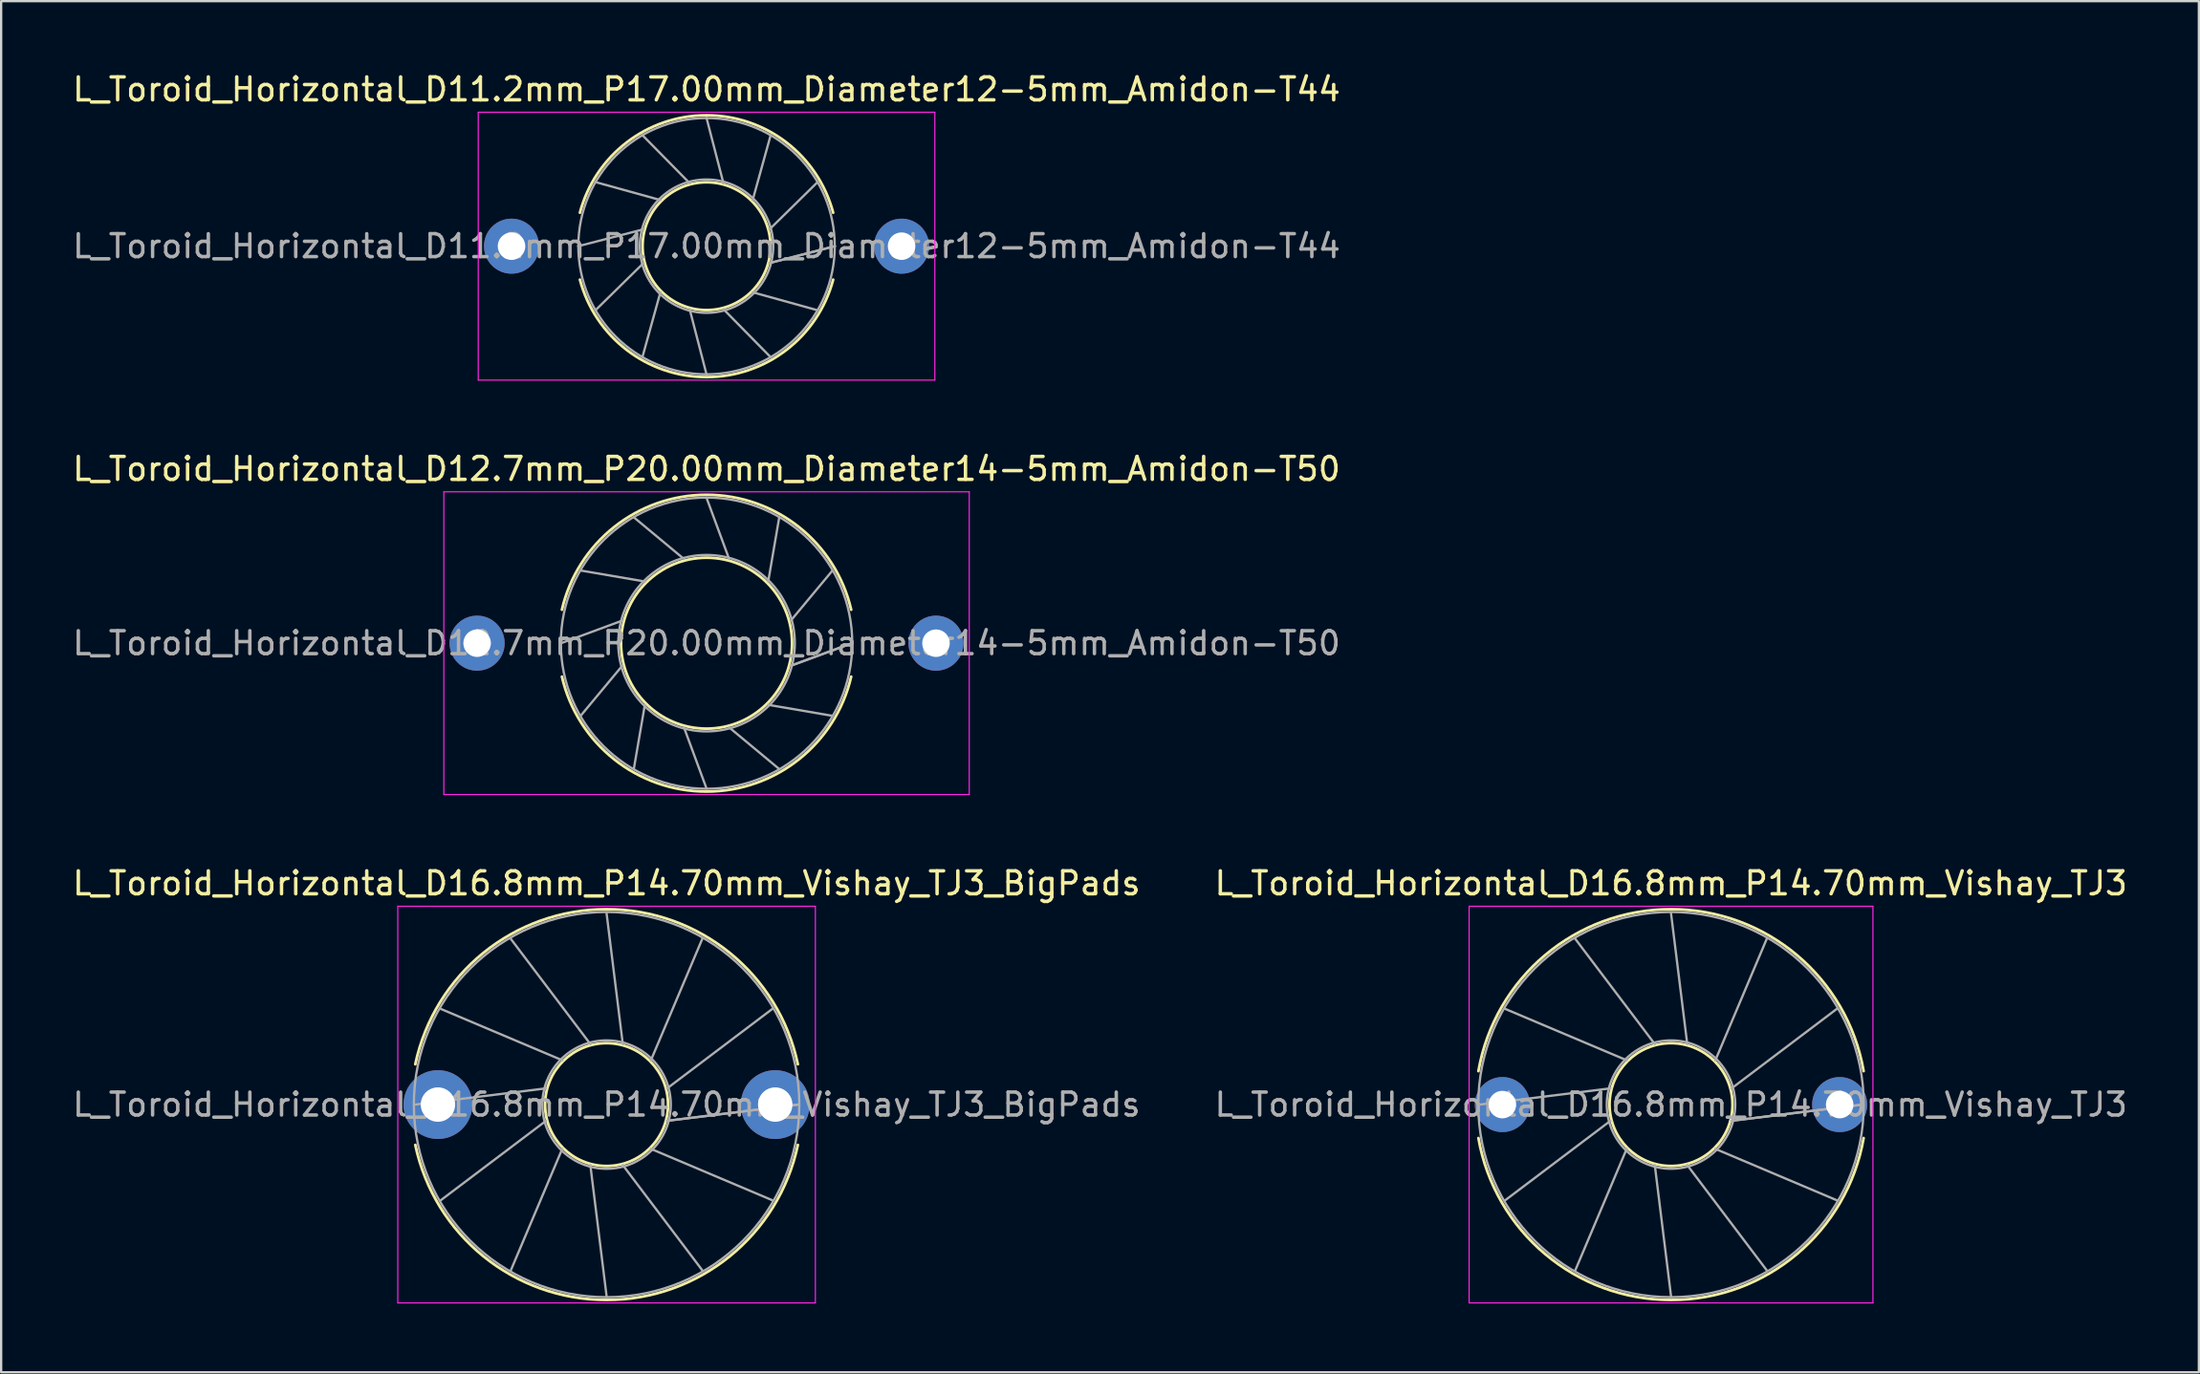
<source format=kicad_pcb>
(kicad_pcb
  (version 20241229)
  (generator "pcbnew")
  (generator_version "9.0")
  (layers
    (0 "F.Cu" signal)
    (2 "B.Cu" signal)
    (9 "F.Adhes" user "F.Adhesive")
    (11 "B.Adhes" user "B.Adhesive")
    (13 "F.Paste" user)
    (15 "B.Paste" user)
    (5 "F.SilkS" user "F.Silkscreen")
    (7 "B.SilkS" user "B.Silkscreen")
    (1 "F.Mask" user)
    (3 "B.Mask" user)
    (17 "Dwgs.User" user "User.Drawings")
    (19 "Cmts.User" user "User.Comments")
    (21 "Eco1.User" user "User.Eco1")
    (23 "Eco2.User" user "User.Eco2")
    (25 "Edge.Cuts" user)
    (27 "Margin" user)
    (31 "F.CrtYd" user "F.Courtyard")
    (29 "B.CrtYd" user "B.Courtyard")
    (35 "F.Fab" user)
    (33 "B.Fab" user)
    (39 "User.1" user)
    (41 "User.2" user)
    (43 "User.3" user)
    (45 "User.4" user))
  (footprint "L_Toroid_Horizontal_D16.8mm_P14.70mm_Vishay_TJ3"
    (layer "F.Cu")
    (at 62.43 45.123)
    (property "Reference" "L_Toroid_Horizontal_D16.8mm_P14.70mm_Vishay_TJ3" (at 7.35 -9.65 0) (layer "F.SilkS") (effects (font (size 1 1) (thickness 0.15))))
    (attr through_hole)
    (fp_arc (start -1.043974 -1.46) (mid 7.35 -8.52) (end 15.743974 -1.46) (stroke (width 0.12) (type solid)) (layer "F.SilkS"))
    (fp_arc (start 15.743974 1.46) (mid 7.35 8.52) (end -1.043974 1.46) (stroke (width 0.12) (type solid)) (layer "F.SilkS"))
    (fp_circle (center 7.35 0) (end 10.03 0) (stroke (width 0.12) (type solid)) (fill no) (layer "F.SilkS"))
    (fp_line (start -1.45 -8.65) (end -1.45 8.65) (stroke (width 0.05) (type solid)) (layer "F.CrtYd"))
    (fp_line (start -1.45 8.65) (end 16.15 8.65) (stroke (width 0.05) (type solid)) (layer "F.CrtYd"))
    (fp_line (start 16.15 -8.65) (end -1.45 -8.65) (stroke (width 0.05) (type solid)) (layer "F.CrtYd"))
    (fp_line (start 16.15 8.65) (end 16.15 -8.65) (stroke (width 0.05) (type solid)) (layer "F.CrtYd"))
    (fp_line (start -1 0.001) (end 4.709 -0.707) (stroke (width 0.1) (type solid)) (layer "F.Fab"))
    (fp_line (start 0.119 -4.174) (end 5.417 -1.933) (stroke (width 0.1) (type solid)) (layer "F.Fab"))
    (fp_line (start 0.119 4.175) (end 4.71 0.708) (stroke (width 0.1) (type solid)) (layer "F.Fab"))
    (fp_line (start 3.174 -7.23) (end 6.642 -2.64) (stroke (width 0.1) (type solid)) (layer "F.Fab"))
    (fp_line (start 3.176 7.231) (end 5.417 1.933) (stroke (width 0.1) (type solid)) (layer "F.Fab"))
    (fp_line (start 7.349 -8.35) (end 8.057 -2.641) (stroke (width 0.1) (type solid)) (layer "F.Fab"))
    (fp_line (start 7.35 8.35) (end 6.643 2.64) (stroke (width 0.1) (type solid)) (layer "F.Fab"))
    (fp_line (start 11.524 -7.232) (end 9.283 -1.933) (stroke (width 0.1) (type solid)) (layer "F.Fab"))
    (fp_line (start 11.525 7.231) (end 8.058 2.64) (stroke (width 0.1) (type solid)) (layer "F.Fab"))
    (fp_line (start 14.58 -4.176) (end 9.99 -0.708) (stroke (width 0.1) (type solid)) (layer "F.Fab"))
    (fp_line (start 14.581 4.175) (end 9.283 1.933) (stroke (width 0.1) (type solid)) (layer "F.Fab"))
    (fp_line (start 15.7 -0.002) (end 9.991 0.707) (stroke (width 0.1) (type solid)) (layer "F.Fab"))
    (fp_line (start 15.7 0) (end 9.99 0.707) (stroke (width 0.1) (type solid)) (layer "F.Fab"))
    (fp_circle (center 7.35 0) (end 10.15 0) (stroke (width 0.1) (type solid)) (fill no) (layer "F.Fab"))
    (fp_circle (center 7.35 0) (end 15.75 0) (stroke (width 0.1) (type solid)) (fill no) (layer "F.Fab"))
    (fp_text user "${REFERENCE}" (at 7.35 0 0) (layer "F.Fab") (effects (font (size 1 1) (thickness 0.15))))
    (pad "1" thru_hole circle (at 0 0) (size 2.4 2.4) (drill 1.2) (layers "*.Cu" "*.Mask"))
    (pad "2" thru_hole circle (at 14.7 0) (size 2.4 2.4) (drill 1.2) (layers "*.Cu" "*.Mask")))
  (footprint "L_Toroid_Horizontal_D16.8mm_P14.70mm_Vishay_TJ3_BigPads"
    (layer "F.Cu")
    (at 16.037 45.123)
    (property "Reference" "L_Toroid_Horizontal_D16.8mm_P14.70mm_Vishay_TJ3_BigPads" (at 7.35 -9.65 0) (layer "F.SilkS") (effects (font (size 1 1) (thickness 0.15))))
    (attr through_hole)
    (fp_arc (start -0.986234 -1.76) (mid 7.35 -8.52) (end 15.686234 -1.76) (stroke (width 0.12) (type solid)) (layer "F.SilkS"))
    (fp_arc (start 15.686234 1.76) (mid 7.35 8.52) (end -0.986234 1.76) (stroke (width 0.12) (type solid)) (layer "F.SilkS"))
    (fp_circle (center 7.35 0) (end 10.03 0) (stroke (width 0.12) (type solid)) (fill no) (layer "F.SilkS"))
    (fp_line (start -1.75 -8.65) (end -1.75 8.65) (stroke (width 0.05) (type solid)) (layer "F.CrtYd"))
    (fp_line (start -1.75 8.65) (end 16.45 8.65) (stroke (width 0.05) (type solid)) (layer "F.CrtYd"))
    (fp_line (start 16.45 -8.65) (end -1.75 -8.65) (stroke (width 0.05) (type solid)) (layer "F.CrtYd"))
    (fp_line (start 16.45 8.65) (end 16.45 -8.65) (stroke (width 0.05) (type solid)) (layer "F.CrtYd"))
    (fp_line (start -1 0.001) (end 4.709 -0.707) (stroke (width 0.1) (type solid)) (layer "F.Fab"))
    (fp_line (start 0.119 -4.174) (end 5.417 -1.933) (stroke (width 0.1) (type solid)) (layer "F.Fab"))
    (fp_line (start 0.119 4.175) (end 4.71 0.708) (stroke (width 0.1) (type solid)) (layer "F.Fab"))
    (fp_line (start 3.174 -7.23) (end 6.642 -2.64) (stroke (width 0.1) (type solid)) (layer "F.Fab"))
    (fp_line (start 3.176 7.231) (end 5.417 1.933) (stroke (width 0.1) (type solid)) (layer "F.Fab"))
    (fp_line (start 7.349 -8.35) (end 8.057 -2.641) (stroke (width 0.1) (type solid)) (layer "F.Fab"))
    (fp_line (start 7.35 8.35) (end 6.643 2.64) (stroke (width 0.1) (type solid)) (layer "F.Fab"))
    (fp_line (start 11.524 -7.232) (end 9.283 -1.933) (stroke (width 0.1) (type solid)) (layer "F.Fab"))
    (fp_line (start 11.525 7.231) (end 8.058 2.64) (stroke (width 0.1) (type solid)) (layer "F.Fab"))
    (fp_line (start 14.58 -4.176) (end 9.99 -0.708) (stroke (width 0.1) (type solid)) (layer "F.Fab"))
    (fp_line (start 14.581 4.175) (end 9.283 1.933) (stroke (width 0.1) (type solid)) (layer "F.Fab"))
    (fp_line (start 15.7 -0.002) (end 9.991 0.707) (stroke (width 0.1) (type solid)) (layer "F.Fab"))
    (fp_line (start 15.7 0) (end 9.99 0.707) (stroke (width 0.1) (type solid)) (layer "F.Fab"))
    (fp_circle (center 7.35 0) (end 10.15 0) (stroke (width 0.1) (type solid)) (fill no) (layer "F.Fab"))
    (fp_circle (center 7.35 0) (end 15.75 0) (stroke (width 0.1) (type solid)) (fill no) (layer "F.Fab"))
    (fp_text user "${REFERENCE}" (at 7.35 0 0) (layer "F.Fab") (effects (font (size 1 1) (thickness 0.15))))
    (pad "1" thru_hole circle (at 0 0) (size 3 3) (drill 1.5) (layers "*.Cu" "*.Mask"))
    (pad "2" thru_hole circle (at 14.7 0) (size 3 3) (drill 1.5) (layers "*.Cu" "*.Mask")))
  (footprint "L_Toroid_Horizontal_D11.2mm_P17.00mm_Diameter12-5mm_Amidon-T44"
    (layer "F.Cu")
    (at 19.244 7.686)
    (property "Reference" "L_Toroid_Horizontal_D11.2mm_P17.00mm_Diameter12-5mm_Amidon-T44" (at 8.5 -6.838 0) (layer "F.SilkS") (effects (font (size 1 1) (thickness 0.15))))
    (attr through_hole)
    (fp_arc (start 2.981879 -1.46) (mid 8.5 -5.708) (end 14.018121 -1.46) (stroke (width 0.12) (type solid)) (layer "F.SilkS"))
    (fp_arc (start 14.018121 1.46) (mid 8.5 5.708) (end 2.981879 1.46) (stroke (width 0.12) (type solid)) (layer "F.SilkS"))
    (fp_circle (center 8.5 0) (end 11.288 0) (stroke (width 0.12) (type solid)) (fill no) (layer "F.SilkS"))
    (fp_line (start -1.45 -5.84) (end -1.45 5.84) (stroke (width 0.05) (type solid)) (layer "F.CrtYd"))
    (fp_line (start -1.45 5.84) (end 18.45 5.84) (stroke (width 0.05) (type solid)) (layer "F.CrtYd"))
    (fp_line (start 18.45 -5.84) (end -1.45 -5.84) (stroke (width 0.05) (type solid)) (layer "F.CrtYd"))
    (fp_line (start 18.45 5.84) (end 18.45 -5.84) (stroke (width 0.05) (type solid)) (layer "F.CrtYd"))
    (fp_line (start 2.906 0.001) (end 5.753 -0.736) (stroke (width 0.1) (type solid)) (layer "F.Fab"))
    (fp_line (start 3.655 -2.796) (end 6.489 -2.011) (stroke (width 0.1) (type solid)) (layer "F.Fab"))
    (fp_line (start 3.656 2.797) (end 5.753 0.736) (stroke (width 0.1) (type solid)) (layer "F.Fab"))
    (fp_line (start 5.702 -4.844) (end 7.764 -2.747) (stroke (width 0.1) (type solid)) (layer "F.Fab"))
    (fp_line (start 5.703 4.845) (end 6.489 2.011) (stroke (width 0.1) (type solid)) (layer "F.Fab"))
    (fp_line (start 8.499 -5.594) (end 9.236 -2.747) (stroke (width 0.1) (type solid)) (layer "F.Fab"))
    (fp_line (start 8.5 5.594) (end 7.764 2.747) (stroke (width 0.1) (type solid)) (layer "F.Fab"))
    (fp_line (start 11.296 -4.845) (end 10.511 -2.011) (stroke (width 0.1) (type solid)) (layer "F.Fab"))
    (fp_line (start 11.297 4.844) (end 9.236 2.747) (stroke (width 0.1) (type solid)) (layer "F.Fab"))
    (fp_line (start 13.344 -2.798) (end 11.247 -0.737) (stroke (width 0.1) (type solid)) (layer "F.Fab"))
    (fp_line (start 13.344 2.797) (end 10.511 2.011) (stroke (width 0.1) (type solid)) (layer "F.Fab"))
    (fp_line (start 14.094 -0.001) (end 11.247 0.736) (stroke (width 0.1) (type solid)) (layer "F.Fab"))
    (fp_line (start 14.094 0) (end 11.247 0.736) (stroke (width 0.1) (type solid)) (layer "F.Fab"))
    (fp_circle (center 8.5 0) (end 11.408 0) (stroke (width 0.1) (type solid)) (fill no) (layer "F.Fab"))
    (fp_circle (center 8.5 0) (end 14.088 0) (stroke (width 0.1) (type solid)) (fill no) (layer "F.Fab"))
    (fp_text user "${REFERENCE}" (at 8.5 0 0) (layer "F.Fab") (effects (font (size 1 1) (thickness 0.15))))
    (pad "1" thru_hole circle (at 0 0) (size 2.4 2.4) (drill 1.2) (layers "*.Cu" "*.Mask"))
    (pad "2" thru_hole circle (at 17 0) (size 2.4 2.4) (drill 1.2) (layers "*.Cu" "*.Mask")))
  (footprint "L_Toroid_Horizontal_D12.7mm_P20.00mm_Diameter14-5mm_Amidon-T50"
    (layer "F.Cu")
    (at 17.744 25)
    (property "Reference" "L_Toroid_Horizontal_D12.7mm_P20.00mm_Diameter14-5mm_Amidon-T50" (at 10 -7.6 0) (layer "F.SilkS") (effects (font (size 1 1) (thickness 0.15))))
    (attr through_hole)
    (fp_arc (start 3.696882 -1.46) (mid 10 -6.47) (end 16.303118 -1.46) (stroke (width 0.12) (type solid)) (layer "F.SilkS"))
    (fp_arc (start 16.303118 1.46) (mid 10 6.47) (end 3.696882 1.46) (stroke (width 0.12) (type solid)) (layer "F.SilkS"))
    (fp_circle (center 10 0) (end 13.728 0) (stroke (width 0.12) (type solid)) (fill no) (layer "F.SilkS"))
    (fp_line (start -1.45 -6.6) (end -1.45 6.6) (stroke (width 0.05) (type solid)) (layer "F.CrtYd"))
    (fp_line (start -1.45 6.6) (end 21.45 6.6) (stroke (width 0.05) (type solid)) (layer "F.CrtYd"))
    (fp_line (start 21.45 -6.6) (end -1.45 -6.6) (stroke (width 0.05) (type solid)) (layer "F.CrtYd"))
    (fp_line (start 21.45 6.6) (end 21.45 -6.6) (stroke (width 0.05) (type solid)) (layer "F.CrtYd"))
    (fp_line (start 3.659 0.001) (end 6.327 -0.984) (stroke (width 0.1) (type solid)) (layer "F.Fab"))
    (fp_line (start 4.509 -3.17) (end 7.311 -2.689) (stroke (width 0.1) (type solid)) (layer "F.Fab"))
    (fp_line (start 4.509 3.171) (end 6.327 0.985) (stroke (width 0.1) (type solid)) (layer "F.Fab"))
    (fp_line (start 6.829 -5.491) (end 9.015 -3.673) (stroke (width 0.1) (type solid)) (layer "F.Fab"))
    (fp_line (start 6.83 5.491) (end 7.311 2.689) (stroke (width 0.1) (type solid)) (layer "F.Fab"))
    (fp_line (start 9.999 -6.341) (end 10.984 -3.673) (stroke (width 0.1) (type solid)) (layer "F.Fab"))
    (fp_line (start 10 6.341) (end 9.016 3.673) (stroke (width 0.1) (type solid)) (layer "F.Fab"))
    (fp_line (start 13.169 -5.492) (end 12.688 -2.689) (stroke (width 0.1) (type solid)) (layer "F.Fab"))
    (fp_line (start 13.17 5.491) (end 10.984 3.673) (stroke (width 0.1) (type solid)) (layer "F.Fab"))
    (fp_line (start 15.491 -3.171) (end 13.673 -0.985) (stroke (width 0.1) (type solid)) (layer "F.Fab"))
    (fp_line (start 15.491 3.17) (end 12.689 2.689) (stroke (width 0.1) (type solid)) (layer "F.Fab"))
    (fp_line (start 16.341 -0.001) (end 13.673 0.983) (stroke (width 0.1) (type solid)) (layer "F.Fab"))
    (fp_line (start 16.341 0) (end 13.673 0.984) (stroke (width 0.1) (type solid)) (layer "F.Fab"))
    (fp_circle (center 10 0) (end 13.848 0) (stroke (width 0.1) (type solid)) (fill no) (layer "F.Fab"))
    (fp_circle (center 10 0) (end 16.35 0) (stroke (width 0.1) (type solid)) (fill no) (layer "F.Fab"))
    (fp_text user "${REFERENCE}" (at 10 0 0) (layer "F.Fab") (effects (font (size 1 1) (thickness 0.15))))
    (pad "1" thru_hole circle (at 0 0) (size 2.4 2.4) (drill 1.2) (layers "*.Cu" "*.Mask"))
    (pad "2" thru_hole circle (at 20 0) (size 2.4 2.4) (drill 1.2) (layers "*.Cu" "*.Mask")))
  (gr_rect
    (start -3 -3)
    (end 92.786 56.798)
    (stroke (width 0.1) (type default))
    (fill no)
    (layer "Edge.Cuts")))
</source>
